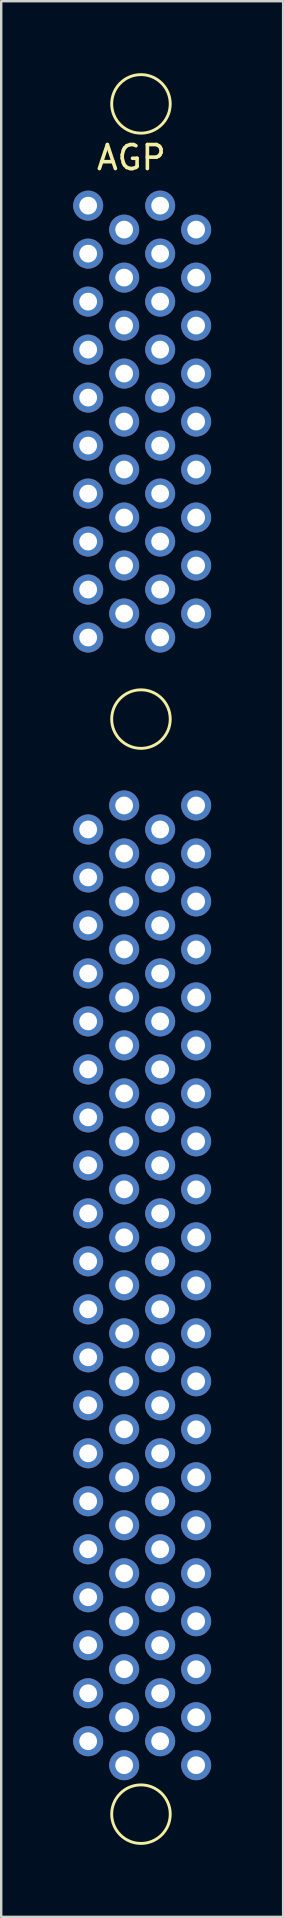
<source format=kicad_pcb>
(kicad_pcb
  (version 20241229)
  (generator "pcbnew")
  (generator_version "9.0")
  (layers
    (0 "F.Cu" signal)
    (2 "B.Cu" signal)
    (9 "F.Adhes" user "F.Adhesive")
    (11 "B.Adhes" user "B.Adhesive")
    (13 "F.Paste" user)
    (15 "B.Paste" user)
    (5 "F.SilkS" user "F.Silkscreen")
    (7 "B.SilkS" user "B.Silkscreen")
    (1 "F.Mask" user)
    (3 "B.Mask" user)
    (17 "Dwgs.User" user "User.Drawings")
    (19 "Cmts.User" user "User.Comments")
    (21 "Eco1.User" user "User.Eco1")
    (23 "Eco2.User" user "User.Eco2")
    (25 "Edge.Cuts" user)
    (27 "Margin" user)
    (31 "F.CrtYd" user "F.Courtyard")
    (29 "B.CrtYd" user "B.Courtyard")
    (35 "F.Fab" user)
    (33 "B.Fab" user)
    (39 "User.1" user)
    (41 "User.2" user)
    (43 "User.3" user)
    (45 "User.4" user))
  (footprint "AGP"
    (layer "F.Cu")
    (at 2.825 26.92)
    (property "Reference" "AGP" (at -0.4 -23.4 0) (layer "F.SilkS") (effects (font (size 1 1) (thickness 0.15))))
    (attr through_hole)
    (fp_circle (center 0 -25.64) (end 1.22 -25.64) (stroke (width 0.12) (type solid)) (fill no) (layer "F.SilkS"))
    (fp_circle (center 0 0) (end 1.22 0) (stroke (width 0.12) (type solid)) (fill no) (layer "F.SilkS"))
    (fp_circle (center 0 45.64) (end 1.22 45.64) (stroke (width 0.12) (type solid)) (fill no) (layer "F.SilkS"))
    (pad "A1" thru_hole circle (at -2.2 -21.4) (size 1.25 1.25) (drill 0.74) (layers "*.Cu" "*.Mask"))
    (pad "A2" thru_hole circle (at -0.7 -20.4) (size 1.25 1.25) (drill 0.74) (layers "*.Cu" "*.Mask"))
    (pad "A3" thru_hole circle (at -2.2 -19.4) (size 1.25 1.25) (drill 0.74) (layers "*.Cu" "*.Mask"))
    (pad "A4" thru_hole circle (at -0.7 -18.4) (size 1.25 1.25) (drill 0.74) (layers "*.Cu" "*.Mask"))
    (pad "A5" thru_hole circle (at -2.2 -17.4) (size 1.25 1.25) (drill 0.74) (layers "*.Cu" "*.Mask"))
    (pad "A6" thru_hole circle (at -0.7 -16.4) (size 1.25 1.25) (drill 0.74) (layers "*.Cu" "*.Mask"))
    (pad "A7" thru_hole circle (at -2.2 -15.4) (size 1.25 1.25) (drill 0.74) (layers "*.Cu" "*.Mask"))
    (pad "A8" thru_hole circle (at -0.7 -14.4) (size 1.25 1.25) (drill 0.74) (layers "*.Cu" "*.Mask"))
    (pad "A9" thru_hole circle (at -2.2 -13.4) (size 1.25 1.25) (drill 0.74) (layers "*.Cu" "*.Mask"))
    (pad "A10" thru_hole circle (at -0.7 -12.4) (size 1.25 1.25) (drill 0.74) (layers "*.Cu" "*.Mask"))
    (pad "A11" thru_hole circle (at -2.2 -11.4) (size 1.25 1.25) (drill 0.74) (layers "*.Cu" "*.Mask"))
    (pad "A12" thru_hole circle (at -0.7 -10.4) (size 1.25 1.25) (drill 0.74) (layers "*.Cu" "*.Mask"))
    (pad "A13" thru_hole circle (at -2.2 -9.4) (size 1.25 1.25) (drill 0.74) (layers "*.Cu" "*.Mask"))
    (pad "A14" thru_hole circle (at -0.7 -8.4) (size 1.25 1.25) (drill 0.74) (layers "*.Cu" "*.Mask"))
    (pad "A15" thru_hole circle (at -2.2 -7.4) (size 1.25 1.25) (drill 0.74) (layers "*.Cu" "*.Mask"))
    (pad "A16" thru_hole circle (at -0.7 -6.4) (size 1.25 1.25) (drill 0.74) (layers "*.Cu" "*.Mask"))
    (pad "A17" thru_hole circle (at -2.2 -5.4) (size 1.25 1.25) (drill 0.74) (layers "*.Cu" "*.Mask"))
    (pad "A18" thru_hole circle (at -0.7 -4.4) (size 1.25 1.25) (drill 0.74) (layers "*.Cu" "*.Mask"))
    (pad "A19" thru_hole circle (at -2.2 -3.4) (size 1.25 1.25) (drill 0.74) (layers "*.Cu" "*.Mask"))
    (pad "A26" thru_hole circle (at -0.7 3.6) (size 1.25 1.25) (drill 0.74) (layers "*.Cu" "*.Mask"))
    (pad "A27" thru_hole circle (at -2.2 4.6) (size 1.25 1.25) (drill 0.74) (layers "*.Cu" "*.Mask"))
    (pad "A28" thru_hole circle (at -0.7 5.6) (size 1.25 1.25) (drill 0.74) (layers "*.Cu" "*.Mask"))
    (pad "A29" thru_hole circle (at -2.2 6.6) (size 1.25 1.25) (drill 0.74) (layers "*.Cu" "*.Mask"))
    (pad "A30" thru_hole circle (at -0.7 7.6) (size 1.25 1.25) (drill 0.74) (layers "*.Cu" "*.Mask"))
    (pad "A31" thru_hole circle (at -2.2 8.6) (size 1.25 1.25) (drill 0.74) (layers "*.Cu" "*.Mask"))
    (pad "A32" thru_hole circle (at -0.7 9.6) (size 1.25 1.25) (drill 0.74) (layers "*.Cu" "*.Mask"))
    (pad "A33" thru_hole circle (at -2.2 10.6) (size 1.25 1.25) (drill 0.74) (layers "*.Cu" "*.Mask"))
    (pad "A34" thru_hole circle (at -0.7 11.6) (size 1.25 1.25) (drill 0.74) (layers "*.Cu" "*.Mask"))
    (pad "A35" thru_hole circle (at -2.2 12.6) (size 1.25 1.25) (drill 0.74) (layers "*.Cu" "*.Mask"))
    (pad "A36" thru_hole circle (at -0.7 13.6) (size 1.25 1.25) (drill 0.74) (layers "*.Cu" "*.Mask"))
    (pad "A37" thru_hole circle (at -2.2 14.6) (size 1.25 1.25) (drill 0.74) (layers "*.Cu" "*.Mask"))
    (pad "A38" thru_hole circle (at -0.7 15.6) (size 1.25 1.25) (drill 0.74) (layers "*.Cu" "*.Mask"))
    (pad "A39" thru_hole circle (at -2.2 16.6) (size 1.25 1.25) (drill 0.74) (layers "*.Cu" "*.Mask"))
    (pad "A40" thru_hole circle (at -0.7 17.6) (size 1.25 1.25) (drill 0.74) (layers "*.Cu" "*.Mask"))
    (pad "A41" thru_hole circle (at -2.2 18.6) (size 1.25 1.25) (drill 0.74) (layers "*.Cu" "*.Mask"))
    (pad "A42" thru_hole circle (at -0.7 19.6) (size 1.25 1.25) (drill 0.74) (layers "*.Cu" "*.Mask"))
    (pad "A43" thru_hole circle (at -2.2 20.6) (size 1.25 1.25) (drill 0.74) (layers "*.Cu" "*.Mask"))
    (pad "A44" thru_hole circle (at -0.7 21.6) (size 1.25 1.25) (drill 0.74) (layers "*.Cu" "*.Mask"))
    (pad "A45" thru_hole circle (at -2.2 22.6) (size 1.25 1.25) (drill 0.74) (layers "*.Cu" "*.Mask"))
    (pad "A46" thru_hole circle (at -0.7 23.6) (size 1.25 1.25) (drill 0.74) (layers "*.Cu" "*.Mask"))
    (pad "A47" thru_hole circle (at -2.2 24.6) (size 1.25 1.25) (drill 0.74) (layers "*.Cu" "*.Mask"))
    (pad "A48" thru_hole circle (at -0.7 25.6) (size 1.25 1.25) (drill 0.74) (layers "*.Cu" "*.Mask"))
    (pad "A49" thru_hole circle (at -2.2 26.6) (size 1.25 1.25) (drill 0.74) (layers "*.Cu" "*.Mask"))
    (pad "A50" thru_hole circle (at -0.7 27.6) (size 1.25 1.25) (drill 0.74) (layers "*.Cu" "*.Mask"))
    (pad "A51" thru_hole circle (at -2.2 28.6) (size 1.25 1.25) (drill 0.74) (layers "*.Cu" "*.Mask"))
    (pad "A52" thru_hole circle (at -0.7 29.6) (size 1.25 1.25) (drill 0.74) (layers "*.Cu" "*.Mask"))
    (pad "A53" thru_hole circle (at -2.2 30.6) (size 1.25 1.25) (drill 0.74) (layers "*.Cu" "*.Mask"))
    (pad "A54" thru_hole circle (at -0.7 31.6) (size 1.25 1.25) (drill 0.74) (layers "*.Cu" "*.Mask"))
    (pad "A55" thru_hole circle (at -2.2 32.6) (size 1.25 1.25) (drill 0.74) (layers "*.Cu" "*.Mask"))
    (pad "A56" thru_hole circle (at -0.7 33.6) (size 1.25 1.25) (drill 0.74) (layers "*.Cu" "*.Mask"))
    (pad "A57" thru_hole circle (at -2.2 34.6) (size 1.25 1.25) (drill 0.74) (layers "*.Cu" "*.Mask"))
    (pad "A58" thru_hole circle (at -0.7 35.6) (size 1.25 1.25) (drill 0.74) (layers "*.Cu" "*.Mask"))
    (pad "A59" thru_hole circle (at -2.2 36.6) (size 1.25 1.25) (drill 0.74) (layers "*.Cu" "*.Mask"))
    (pad "A60" thru_hole circle (at -0.7 37.6) (size 1.25 1.25) (drill 0.74) (layers "*.Cu" "*.Mask"))
    (pad "A61" thru_hole circle (at -2.2 38.6) (size 1.25 1.25) (drill 0.74) (layers "*.Cu" "*.Mask"))
    (pad "A62" thru_hole circle (at -0.7 39.6) (size 1.25 1.25) (drill 0.74) (layers "*.Cu" "*.Mask"))
    (pad "A63" thru_hole circle (at -2.2 40.6) (size 1.25 1.25) (drill 0.74) (layers "*.Cu" "*.Mask"))
    (pad "A64" thru_hole circle (at -0.7 41.6) (size 1.25 1.25) (drill 0.74) (layers "*.Cu" "*.Mask"))
    (pad "A65" thru_hole circle (at -2.2 42.6) (size 1.25 1.25) (drill 0.74) (layers "*.Cu" "*.Mask"))
    (pad "A66" thru_hole circle (at -0.7 43.6) (size 1.25 1.25) (drill 0.74) (layers "*.Cu" "*.Mask"))
    (pad "B1" thru_hole circle (at 0.8 -21.4) (size 1.25 1.25) (drill 0.74) (layers "*.Cu" "*.Mask"))
    (pad "B2" thru_hole circle (at 2.3 -20.4) (size 1.25 1.25) (drill 0.74) (layers "*.Cu" "*.Mask"))
    (pad "B3" thru_hole circle (at 0.8 -19.4) (size 1.25 1.25) (drill 0.74) (layers "*.Cu" "*.Mask"))
    (pad "B4" thru_hole circle (at 2.3 -18.4) (size 1.25 1.25) (drill 0.74) (layers "*.Cu" "*.Mask"))
    (pad "B5" thru_hole circle (at 0.8 -17.4) (size 1.25 1.25) (drill 0.74) (layers "*.Cu" "*.Mask"))
    (pad "B6" thru_hole circle (at 2.3 -16.4) (size 1.25 1.25) (drill 0.74) (layers "*.Cu" "*.Mask"))
    (pad "B7" thru_hole circle (at 0.8 -15.4) (size 1.25 1.25) (drill 0.74) (layers "*.Cu" "*.Mask"))
    (pad "B8" thru_hole circle (at 2.3 -14.4) (size 1.25 1.25) (drill 0.74) (layers "*.Cu" "*.Mask"))
    (pad "B9" thru_hole circle (at 0.8 -13.4) (size 1.25 1.25) (drill 0.74) (layers "*.Cu" "*.Mask"))
    (pad "B10" thru_hole circle (at 2.3 -12.4) (size 1.25 1.25) (drill 0.74) (layers "*.Cu" "*.Mask"))
    (pad "B11" thru_hole circle (at 0.8 -11.4) (size 1.25 1.25) (drill 0.74) (layers "*.Cu" "*.Mask"))
    (pad "B12" thru_hole circle (at 2.3 -10.4) (size 1.25 1.25) (drill 0.74) (layers "*.Cu" "*.Mask"))
    (pad "B13" thru_hole circle (at 0.8 -9.4) (size 1.25 1.25) (drill 0.74) (layers "*.Cu" "*.Mask"))
    (pad "B14" thru_hole circle (at 2.3 -8.4) (size 1.25 1.25) (drill 0.74) (layers "*.Cu" "*.Mask"))
    (pad "B15" thru_hole circle (at 0.8 -7.4) (size 1.25 1.25) (drill 0.74) (layers "*.Cu" "*.Mask"))
    (pad "B16" thru_hole circle (at 2.3 -6.4) (size 1.25 1.25) (drill 0.74) (layers "*.Cu" "*.Mask"))
    (pad "B17" thru_hole circle (at 0.8 -5.4) (size 1.25 1.25) (drill 0.74) (layers "*.Cu" "*.Mask"))
    (pad "B18" thru_hole circle (at 2.3 -4.4) (size 1.25 1.25) (drill 0.74) (layers "*.Cu" "*.Mask"))
    (pad "B19" thru_hole circle (at 0.8 -3.4) (size 1.25 1.25) (drill 0.74) (layers "*.Cu" "*.Mask"))
    (pad "B26" thru_hole circle (at 2.3 3.6) (size 1.25 1.25) (drill 0.74) (layers "*.Cu" "*.Mask"))
    (pad "B27" thru_hole circle (at 0.8 4.6) (size 1.25 1.25) (drill 0.74) (layers "*.Cu" "*.Mask"))
    (pad "B28" thru_hole circle (at 2.3 5.6) (size 1.25 1.25) (drill 0.74) (layers "*.Cu" "*.Mask"))
    (pad "B29" thru_hole circle (at 0.8 6.6) (size 1.25 1.25) (drill 0.74) (layers "*.Cu" "*.Mask"))
    (pad "B30" thru_hole circle (at 2.3 7.6) (size 1.25 1.25) (drill 0.74) (layers "*.Cu" "*.Mask"))
    (pad "B31" thru_hole circle (at 0.8 8.6) (size 1.25 1.25) (drill 0.74) (layers "*.Cu" "*.Mask"))
    (pad "B32" thru_hole circle (at 2.3 9.6) (size 1.25 1.25) (drill 0.74) (layers "*.Cu" "*.Mask"))
    (pad "B33" thru_hole circle (at 0.8 10.6) (size 1.25 1.25) (drill 0.74) (layers "*.Cu" "*.Mask"))
    (pad "B34" thru_hole circle (at 2.3 11.6) (size 1.25 1.25) (drill 0.74) (layers "*.Cu" "*.Mask"))
    (pad "B35" thru_hole circle (at 0.8 12.6) (size 1.25 1.25) (drill 0.74) (layers "*.Cu" "*.Mask"))
    (pad "B36" thru_hole circle (at 2.3 13.6) (size 1.25 1.25) (drill 0.74) (layers "*.Cu" "*.Mask"))
    (pad "B37" thru_hole circle (at 0.8 14.6) (size 1.25 1.25) (drill 0.74) (layers "*.Cu" "*.Mask"))
    (pad "B38" thru_hole circle (at 2.3 15.6) (size 1.25 1.25) (drill 0.74) (layers "*.Cu" "*.Mask"))
    (pad "B39" thru_hole circle (at 0.8 16.6) (size 1.25 1.25) (drill 0.74) (layers "*.Cu" "*.Mask"))
    (pad "B40" thru_hole circle (at 2.3 17.6) (size 1.25 1.25) (drill 0.74) (layers "*.Cu" "*.Mask"))
    (pad "B41" thru_hole circle (at 0.8 18.6) (size 1.25 1.25) (drill 0.74) (layers "*.Cu" "*.Mask"))
    (pad "B42" thru_hole circle (at 2.3 19.6) (size 1.25 1.25) (drill 0.74) (layers "*.Cu" "*.Mask"))
    (pad "B43" thru_hole circle (at 0.8 20.6) (size 1.25 1.25) (drill 0.74) (layers "*.Cu" "*.Mask"))
    (pad "B44" thru_hole circle (at 2.3 21.6) (size 1.25 1.25) (drill 0.74) (layers "*.Cu" "*.Mask"))
    (pad "B45" thru_hole circle (at 0.8 22.6) (size 1.25 1.25) (drill 0.74) (layers "*.Cu" "*.Mask"))
    (pad "B46" thru_hole circle (at 2.3 23.6) (size 1.25 1.25) (drill 0.74) (layers "*.Cu" "*.Mask"))
    (pad "B47" thru_hole circle (at 0.8 24.6) (size 1.25 1.25) (drill 0.74) (layers "*.Cu" "*.Mask"))
    (pad "B48" thru_hole circle (at 2.3 25.6) (size 1.25 1.25) (drill 0.74) (layers "*.Cu" "*.Mask"))
    (pad "B49" thru_hole circle (at 0.8 26.6) (size 1.25 1.25) (drill 0.74) (layers "*.Cu" "*.Mask"))
    (pad "B50" thru_hole circle (at 2.3 27.6) (size 1.25 1.25) (drill 0.74) (layers "*.Cu" "*.Mask"))
    (pad "B51" thru_hole circle (at 0.8 28.6) (size 1.25 1.25) (drill 0.74) (layers "*.Cu" "*.Mask"))
    (pad "B52" thru_hole circle (at 2.3 29.6) (size 1.25 1.25) (drill 0.74) (layers "*.Cu" "*.Mask"))
    (pad "B53" thru_hole circle (at 0.8 30.6) (size 1.25 1.25) (drill 0.74) (layers "*.Cu" "*.Mask"))
    (pad "B54" thru_hole circle (at 2.3 31.6) (size 1.25 1.25) (drill 0.74) (layers "*.Cu" "*.Mask"))
    (pad "B55" thru_hole circle (at 0.8 32.6) (size 1.25 1.25) (drill 0.74) (layers "*.Cu" "*.Mask"))
    (pad "B56" thru_hole circle (at 2.3 33.6) (size 1.25 1.25) (drill 0.74) (layers "*.Cu" "*.Mask"))
    (pad "B57" thru_hole circle (at 0.8 34.6) (size 1.25 1.25) (drill 0.74) (layers "*.Cu" "*.Mask"))
    (pad "B58" thru_hole circle (at 2.3 35.6) (size 1.25 1.25) (drill 0.74) (layers "*.Cu" "*.Mask"))
    (pad "B59" thru_hole circle (at 0.8 36.6) (size 1.25 1.25) (drill 0.74) (layers "*.Cu" "*.Mask"))
    (pad "B60" thru_hole circle (at 2.3 37.6) (size 1.25 1.25) (drill 0.74) (layers "*.Cu" "*.Mask"))
    (pad "B61" thru_hole circle (at 0.8 38.6) (size 1.25 1.25) (drill 0.74) (layers "*.Cu" "*.Mask"))
    (pad "B62" thru_hole circle (at 2.3 39.6) (size 1.25 1.25) (drill 0.74) (layers "*.Cu" "*.Mask"))
    (pad "B63" thru_hole circle (at 0.8 40.6) (size 1.25 1.25) (drill 0.74) (layers "*.Cu" "*.Mask"))
    (pad "B64" thru_hole circle (at 2.3 41.6) (size 1.25 1.25) (drill 0.74) (layers "*.Cu" "*.Mask"))
    (pad "B65" thru_hole circle (at 0.8 42.6) (size 1.25 1.25) (drill 0.74) (layers "*.Cu" "*.Mask"))
    (pad "B66" thru_hole circle (at 2.3 43.6) (size 1.25 1.25) (drill 0.74) (layers "*.Cu" "*.Mask")))
  (gr_rect
    (start -3 -3)
    (end 8.75 76.84)
    (stroke (width 0.1) (type default))
    (fill no)
    (layer "Edge.Cuts")))
</source>
